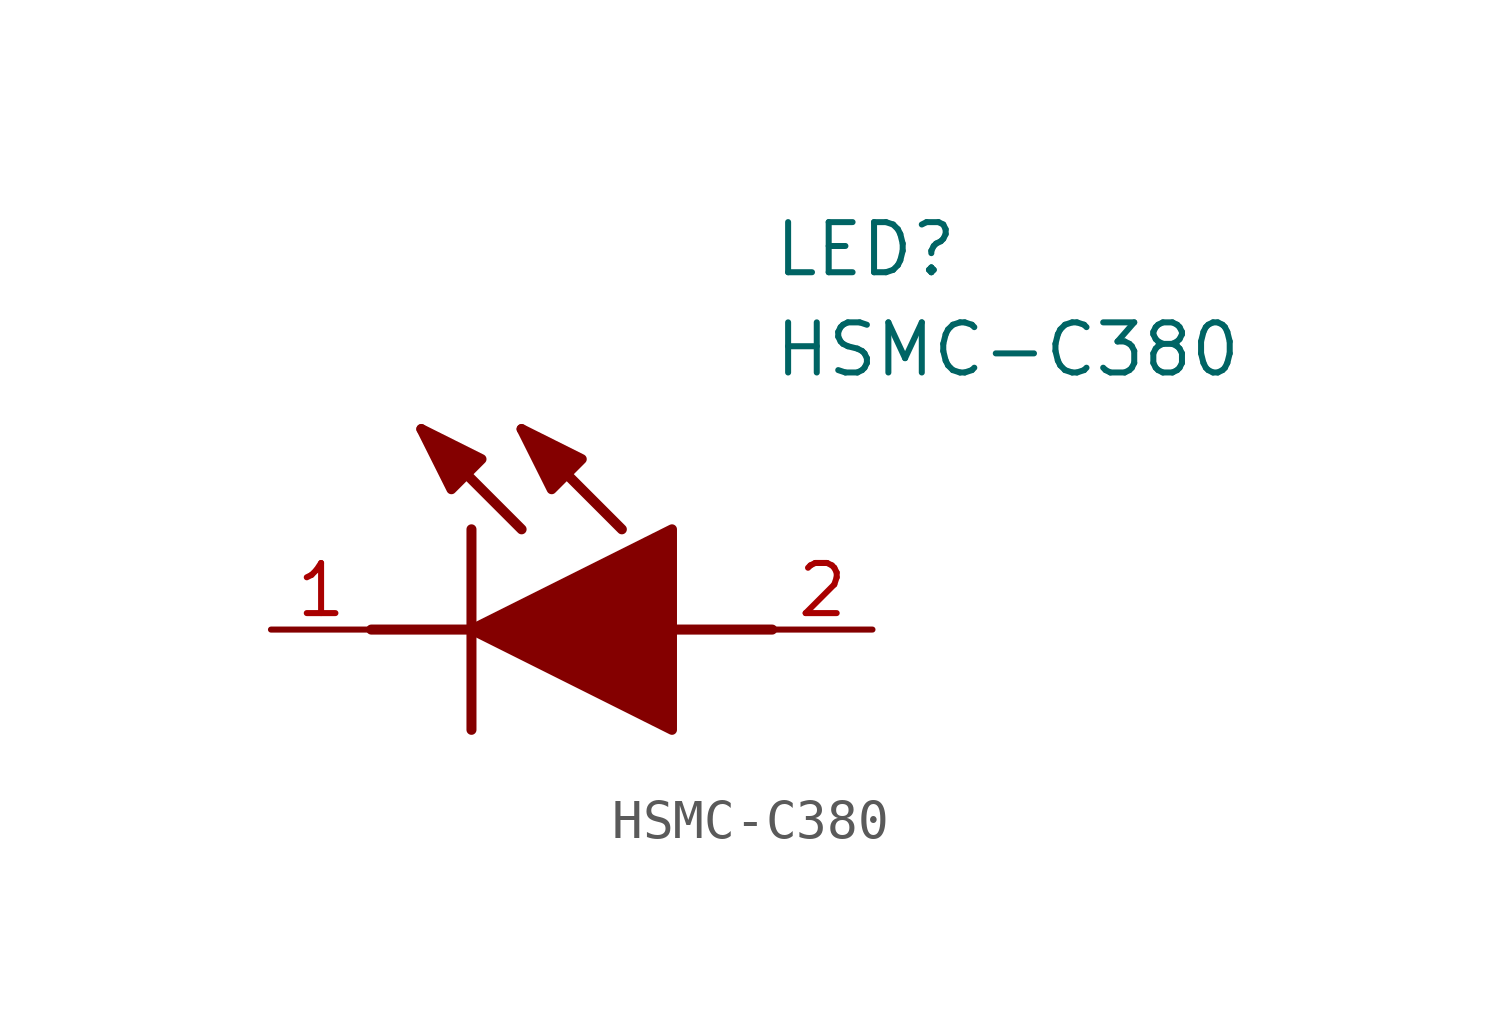
<source format=kicad_sym>
(kicad_symbol_lib
  (version 20211014)
  (generator SamacSys_ECAD_Model)
  (symbol "HSMC-C380"
    (pin_names hide)
    (property "Reference" "LED"
      (at 12.7 8.89 0)
      (effects (font (size 1.27 1.27)) (justify left bottom)))
    (property "Value" "HSMC-C380"
      (at 12.7 6.35 0)
      (effects (font (size 1.27 1.27)) (justify left bottom)))
    (polyline
      (pts (xy 5.08 2.54) (xy 5.08 -2.54))
      (stroke (width 0.254) (type default))
      (fill (type none)))
    (polyline
      (pts (xy 6.35 2.54) (xy 3.81 5.08))
      (stroke (width 0.254) (type default))
      (fill (type none)))
    (polyline
      (pts (xy 8.89 2.54) (xy 6.35 5.08))
      (stroke (width 0.254) (type default))
      (fill (type none)))
    (polyline
      (pts (xy 2.54 0) (xy 5.08 0))
      (stroke (width 0.254) (type default))
      (fill (type none)))
    (polyline
      (pts (xy 10.16 0) (xy 12.7 0))
      (stroke (width 0.254) (type default))
      (fill (type none)))
    (polyline
      (pts (xy 5.08 0) (xy 10.16 2.54) (xy 10.16 -2.54) (xy 5.08 0))
      (stroke (width 0.254) (type default))
      (fill (type outline)))
    (polyline
      (pts (xy 5.334 4.318) (xy 4.572 3.556) (xy 3.81 5.08) (xy 5.334 4.318))
      (stroke (width 0.254) (type default))
      (fill (type outline)))
    (polyline
      (pts (xy 7.874 4.318) (xy 7.112 3.556) (xy 6.35 5.08) (xy 7.874 4.318))
      (stroke (width 0.254) (type default))
      (fill (type outline)))
    (pin passive line
      (at 0 0 0)
      (length 2.54)
      (name "K" (effects (font (size 1.27 1.27))))
      (number "1" (effects (font (size 1.27 1.27)))))
    (pin passive line
      (at 15.24 0 180)
      (length 2.54)
      (name "A" (effects (font (size 1.27 1.27))))
      (number "2" (effects (font (size 1.27 1.27)))))))
</source>
